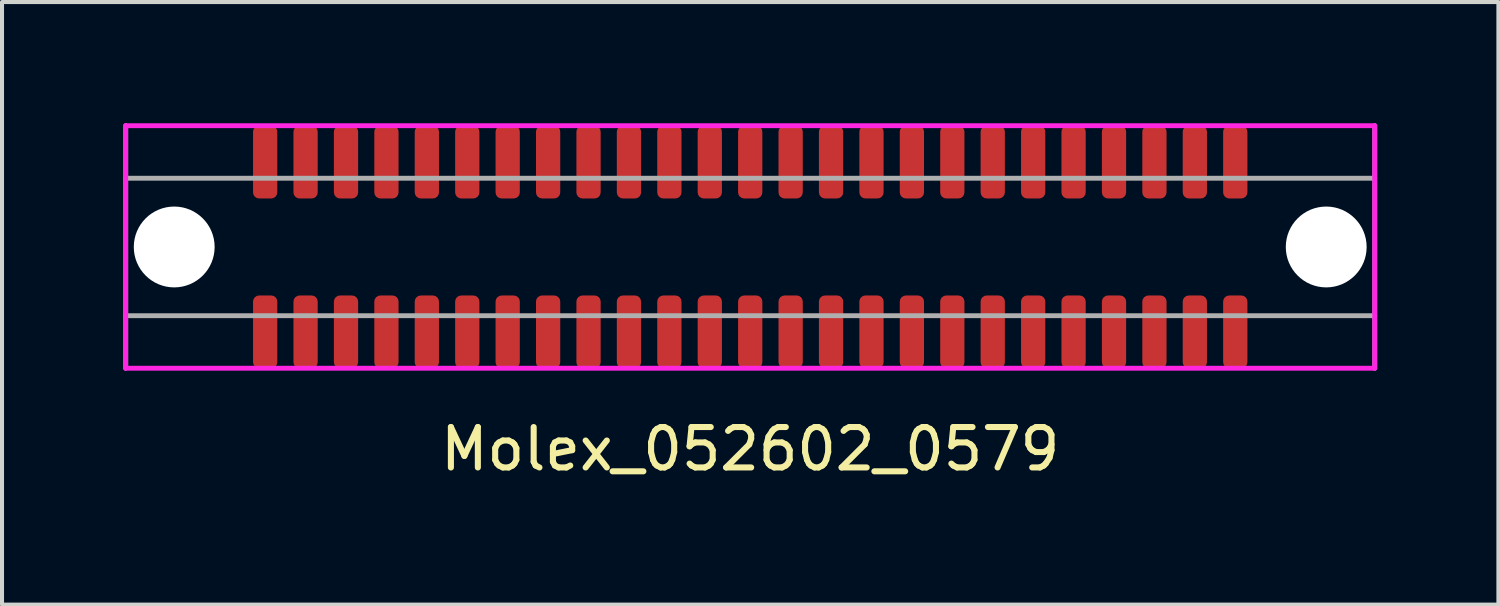
<source format=kicad_pcb>
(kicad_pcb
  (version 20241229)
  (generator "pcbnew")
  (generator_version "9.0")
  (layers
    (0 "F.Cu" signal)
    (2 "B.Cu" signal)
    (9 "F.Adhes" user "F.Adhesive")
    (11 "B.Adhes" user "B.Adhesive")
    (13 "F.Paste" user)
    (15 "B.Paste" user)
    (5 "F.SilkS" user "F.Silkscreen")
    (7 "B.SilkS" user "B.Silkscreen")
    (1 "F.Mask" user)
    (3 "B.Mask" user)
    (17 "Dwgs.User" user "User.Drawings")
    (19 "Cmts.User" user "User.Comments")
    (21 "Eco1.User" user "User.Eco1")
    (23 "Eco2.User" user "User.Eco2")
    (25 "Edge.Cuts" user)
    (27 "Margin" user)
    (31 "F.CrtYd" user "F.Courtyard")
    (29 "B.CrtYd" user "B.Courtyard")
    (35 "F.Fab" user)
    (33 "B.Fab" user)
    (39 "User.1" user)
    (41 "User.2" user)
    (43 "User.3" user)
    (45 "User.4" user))
  (footprint "Molex_052602_0579"
    (layer "F.Cu")
    (at 15.51 3.06)
    (property "Reference" "Molex_052602_0579" (at 0 5 0) (layer "F.SilkS") (effects (font (size 1 1) (thickness 0.15))))
    (attr through_hole)
    (fp_line (start -15.45 -3) (end -15.45 3) (stroke (width 0.12) (type solid)) (layer "F.CrtYd"))
    (fp_line (start -15.45 -3) (end 15.45 -3) (stroke (width 0.12) (type solid)) (layer "F.CrtYd"))
    (fp_line (start 15.45 3) (end -15.45 3) (stroke (width 0.12) (type solid)) (layer "F.CrtYd"))
    (fp_line (start 15.45 3) (end 15.45 -3) (stroke (width 0.12) (type solid)) (layer "F.CrtYd"))
    (fp_line (start -15.45 -3) (end -15.45 3) (stroke (width 0.12) (type solid)) (layer "F.Fab"))
    (fp_line (start -15.45 -1.7) (end 15.45 -1.7) (stroke (width 0.12) (type solid)) (layer "F.Fab"))
    (fp_line (start 15.45 1.7) (end -15.45 1.7) (stroke (width 0.12) (type solid)) (layer "F.Fab"))
    (fp_line (start 15.45 3) (end 15.45 -3) (stroke (width 0.12) (type solid)) (layer "F.Fab"))
    (pad "" np_thru_hole circle (at -14.25 0) (size 2 2) (drill 2) (layers "*.Cu" "*.Mask"))
    (pad "" np_thru_hole circle (at 14.25 0) (size 2 2) (drill 2) (layers "*.Cu" "*.Mask"))
    (pad "1" smd roundrect (at -12 2.1) (size 0.6 1.8) (layers "F.Cu" "F.Mask" "F.Paste") (roundrect_rratio 0.25))
    (pad "2" smd roundrect (at -11 2.1) (size 0.6 1.8) (layers "F.Cu" "F.Mask" "F.Paste") (roundrect_rratio 0.25))
    (pad "3" smd roundrect (at -10 2.1) (size 0.6 1.8) (layers "F.Cu" "F.Mask" "F.Paste") (roundrect_rratio 0.25))
    (pad "4" smd roundrect (at -9 2.1) (size 0.6 1.8) (layers "F.Cu" "F.Mask" "F.Paste") (roundrect_rratio 0.25))
    (pad "5" smd roundrect (at -8 2.1) (size 0.6 1.8) (layers "F.Cu" "F.Mask" "F.Paste") (roundrect_rratio 0.25))
    (pad "6" smd roundrect (at -7 2.1) (size 0.6 1.8) (layers "F.Cu" "F.Mask" "F.Paste") (roundrect_rratio 0.25))
    (pad "7" smd roundrect (at -6 2.1) (size 0.6 1.8) (layers "F.Cu" "F.Mask" "F.Paste") (roundrect_rratio 0.25))
    (pad "8" smd roundrect (at -5 2.1) (size 0.6 1.8) (layers "F.Cu" "F.Mask" "F.Paste") (roundrect_rratio 0.25))
    (pad "9" smd roundrect (at -4 2.1) (size 0.6 1.8) (layers "F.Cu" "F.Mask" "F.Paste") (roundrect_rratio 0.25))
    (pad "10" smd roundrect (at -3 2.1) (size 0.6 1.8) (layers "F.Cu" "F.Mask" "F.Paste") (roundrect_rratio 0.25))
    (pad "11" smd roundrect (at -2 2.1) (size 0.6 1.8) (layers "F.Cu" "F.Mask" "F.Paste") (roundrect_rratio 0.25))
    (pad "12" smd roundrect (at -1 2.1) (size 0.6 1.8) (layers "F.Cu" "F.Mask" "F.Paste") (roundrect_rratio 0.25))
    (pad "13" smd roundrect (at 0 2.1) (size 0.6 1.8) (layers "F.Cu" "F.Mask" "F.Paste") (roundrect_rratio 0.25))
    (pad "14" smd roundrect (at 1 2.1) (size 0.6 1.8) (layers "F.Cu" "F.Mask" "F.Paste") (roundrect_rratio 0.25))
    (pad "15" smd roundrect (at 2 2.1) (size 0.6 1.8) (layers "F.Cu" "F.Mask" "F.Paste") (roundrect_rratio 0.25))
    (pad "16" smd roundrect (at 3 2.1) (size 0.6 1.8) (layers "F.Cu" "F.Mask" "F.Paste") (roundrect_rratio 0.25))
    (pad "17" smd roundrect (at 4 2.1) (size 0.6 1.8) (layers "F.Cu" "F.Mask" "F.Paste") (roundrect_rratio 0.25))
    (pad "18" smd roundrect (at 5 2.1) (size 0.6 1.8) (layers "F.Cu" "F.Mask" "F.Paste") (roundrect_rratio 0.25))
    (pad "19" smd roundrect (at 6 2.1) (size 0.6 1.8) (layers "F.Cu" "F.Mask" "F.Paste") (roundrect_rratio 0.25))
    (pad "20" smd roundrect (at 7 2.1) (size 0.6 1.8) (layers "F.Cu" "F.Mask" "F.Paste") (roundrect_rratio 0.25))
    (pad "21" smd roundrect (at 8 2.1) (size 0.6 1.8) (layers "F.Cu" "F.Mask" "F.Paste") (roundrect_rratio 0.25))
    (pad "22" smd roundrect (at 9 2.1) (size 0.6 1.8) (layers "F.Cu" "F.Mask" "F.Paste") (roundrect_rratio 0.25))
    (pad "23" smd roundrect (at 10 2.1) (size 0.6 1.8) (layers "F.Cu" "F.Mask" "F.Paste") (roundrect_rratio 0.25))
    (pad "24" smd roundrect (at 11 2.1) (size 0.6 1.8) (layers "F.Cu" "F.Mask" "F.Paste") (roundrect_rratio 0.25))
    (pad "25" smd roundrect (at 12 2.1) (size 0.6 1.8) (layers "F.Cu" "F.Mask" "F.Paste") (roundrect_rratio 0.25))
    (pad "26" smd roundrect (at -12 -2.1) (size 0.6 1.8) (layers "F.Cu" "F.Mask" "F.Paste") (roundrect_rratio 0.25))
    (pad "27" smd roundrect (at -11 -2.1) (size 0.6 1.8) (layers "F.Cu" "F.Mask" "F.Paste") (roundrect_rratio 0.25))
    (pad "28" smd roundrect (at -10 -2.1) (size 0.6 1.8) (layers "F.Cu" "F.Mask" "F.Paste") (roundrect_rratio 0.25))
    (pad "29" smd roundrect (at -9 -2.1) (size 0.6 1.8) (layers "F.Cu" "F.Mask" "F.Paste") (roundrect_rratio 0.25))
    (pad "30" smd roundrect (at -8 -2.1) (size 0.6 1.8) (layers "F.Cu" "F.Mask" "F.Paste") (roundrect_rratio 0.25))
    (pad "31" smd roundrect (at -7 -2.1) (size 0.6 1.8) (layers "F.Cu" "F.Mask" "F.Paste") (roundrect_rratio 0.25))
    (pad "32" smd roundrect (at -6 -2.1) (size 0.6 1.8) (layers "F.Cu" "F.Mask" "F.Paste") (roundrect_rratio 0.25))
    (pad "33" smd roundrect (at -5 -2.1) (size 0.6 1.8) (layers "F.Cu" "F.Mask" "F.Paste") (roundrect_rratio 0.25))
    (pad "34" smd roundrect (at -4 -2.1) (size 0.6 1.8) (layers "F.Cu" "F.Mask" "F.Paste") (roundrect_rratio 0.25))
    (pad "35" smd roundrect (at -3 -2.1) (size 0.6 1.8) (layers "F.Cu" "F.Mask" "F.Paste") (roundrect_rratio 0.25))
    (pad "36" smd roundrect (at -2 -2.1) (size 0.6 1.8) (layers "F.Cu" "F.Mask" "F.Paste") (roundrect_rratio 0.25))
    (pad "37" smd roundrect (at -1 -2.1) (size 0.6 1.8) (layers "F.Cu" "F.Mask" "F.Paste") (roundrect_rratio 0.25))
    (pad "38" smd roundrect (at 0 -2.1) (size 0.6 1.8) (layers "F.Cu" "F.Mask" "F.Paste") (roundrect_rratio 0.25))
    (pad "39" smd roundrect (at 1 -2.1) (size 0.6 1.8) (layers "F.Cu" "F.Mask" "F.Paste") (roundrect_rratio 0.25))
    (pad "40" smd roundrect (at 2 -2.1) (size 0.6 1.8) (layers "F.Cu" "F.Mask" "F.Paste") (roundrect_rratio 0.25))
    (pad "41" smd roundrect (at 3 -2.1) (size 0.6 1.8) (layers "F.Cu" "F.Mask" "F.Paste") (roundrect_rratio 0.25))
    (pad "42" smd roundrect (at 4 -2.1) (size 0.6 1.8) (layers "F.Cu" "F.Mask" "F.Paste") (roundrect_rratio 0.25))
    (pad "43" smd roundrect (at 5 -2.1) (size 0.6 1.8) (layers "F.Cu" "F.Mask" "F.Paste") (roundrect_rratio 0.25))
    (pad "44" smd roundrect (at 6 -2.1) (size 0.6 1.8) (layers "F.Cu" "F.Mask" "F.Paste") (roundrect_rratio 0.25))
    (pad "45" smd roundrect (at 7 -2.1) (size 0.6 1.8) (layers "F.Cu" "F.Mask" "F.Paste") (roundrect_rratio 0.25))
    (pad "46" smd roundrect (at 8 -2.1) (size 0.6 1.8) (layers "F.Cu" "F.Mask" "F.Paste") (roundrect_rratio 0.25))
    (pad "47" smd roundrect (at 9 -2.1) (size 0.6 1.8) (layers "F.Cu" "F.Mask" "F.Paste") (roundrect_rratio 0.25))
    (pad "48" smd roundrect (at 10 -2.1) (size 0.6 1.8) (layers "F.Cu" "F.Mask" "F.Paste") (roundrect_rratio 0.25))
    (pad "49" smd roundrect (at 11 -2.1) (size 0.6 1.8) (layers "F.Cu" "F.Mask" "F.Paste") (roundrect_rratio 0.25))
    (pad "50" smd roundrect (at 12 -2.1) (size 0.6 1.8) (layers "F.Cu" "F.Mask" "F.Paste") (roundrect_rratio 0.25)))
  (gr_rect
    (start -3 -3)
    (end 34.02 11.908)
    (stroke (width 0.1) (type default))
    (fill no)
    (layer "Edge.Cuts")))
</source>
